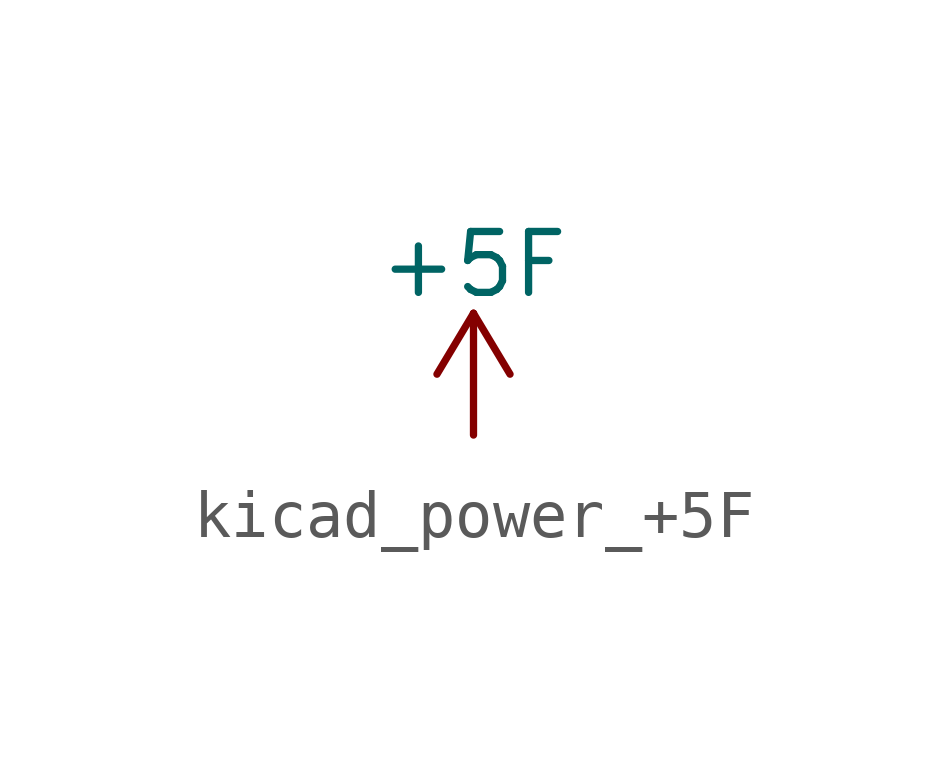
<source format=kicad_sym>
(kicad_symbol_lib
  (version 20220914)
  (generator kicad_symbol_editor)
  (symbol "kicad_power_+5F"
    (power)
    (pin_names
      (offset 0))
    (property "Reference" "#PWR"
      (at 0 -3.81 0)
      (effects (font (size 1.27 1.27)) hide))
    (property "Value" "+5F"
      (at 0 3.556 0)
      (effects (font (size 1.27 1.27))))
    (symbol "kicad_power_+5F_0_1"
      (polyline (pts (xy -0.762 1.27) (xy 0 2.54)) (stroke (width 0) (type default)) (fill (type none)))
      (polyline (pts (xy 0 0) (xy 0 2.54)) (stroke (width 0) (type default)) (fill (type none)))
      (polyline (pts (xy 0 2.54) (xy 0.762 1.27)) (stroke (width 0) (type default)) (fill (type none))))
    (symbol "kicad_power_+5F_1_1"
      (pin power_in line (at 0 0 90) (length 0) hide (name "+5F" (effects (font (size 1.27 1.27)))) (number "1" (effects (font (size 1.27 1.27))))))))
</source>
